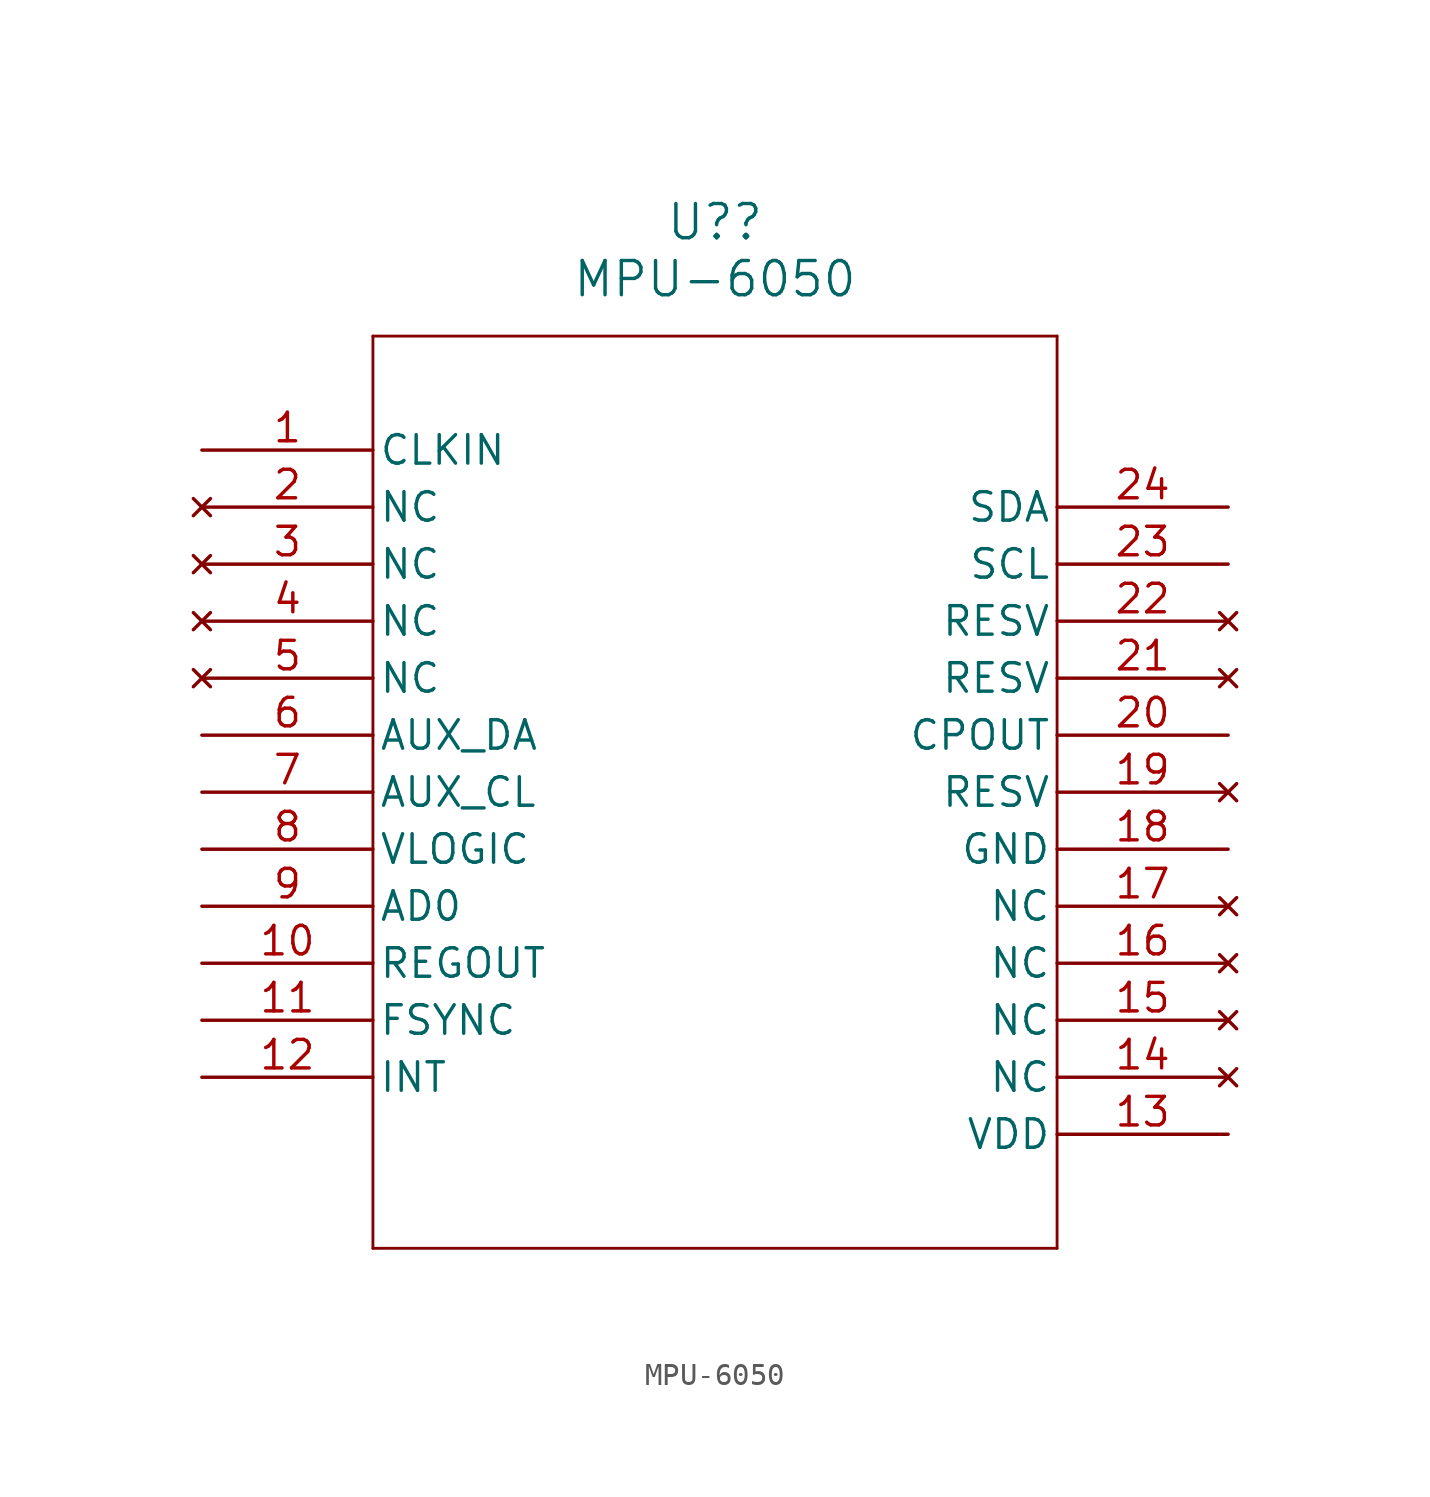
<source format=kicad_sym>
(kicad_symbol_lib
  (version 20220914)
  (generator kicad_symbol_editor)
  (symbol "MPU-6050"
    (pin_names
      (offset 0.254))
    (property "Reference" "U?"
      (at 22.86 10.16 0)
      (effects (font (size 1.524 1.524))))
    (property "Value" "MPU-6050"
      (at 22.86 7.62 0)
      (effects (font (size 1.524 1.524))))
    (symbol "MPU-6050_0_1"
      (polyline (pts (xy 7.62 -35.56) (xy 38.1 -35.56)) (stroke (width 0.127) (type default)) (fill (type none)))
      (polyline (pts (xy 7.62 5.08) (xy 7.62 -35.56)) (stroke (width 0.127) (type default)) (fill (type none)))
      (polyline (pts (xy 38.1 -35.56) (xy 38.1 5.08)) (stroke (width 0.127) (type default)) (fill (type none)))
      (polyline (pts (xy 38.1 5.08) (xy 7.62 5.08)) (stroke (width 0.127) (type default)) (fill (type none)))
      (pin input line (at 0 0 0) (length 7.62) (name "CLKIN" (effects (font (size 1.27 1.27)))) (number "1" (effects (font (size 1.27 1.27)))))
      (pin unspecified line (at 0 -22.86 0) (length 7.62) (name "REGOUT" (effects (font (size 1.27 1.27)))) (number "10" (effects (font (size 1.27 1.27)))))
      (pin input line (at 0 -25.4 0) (length 7.62) (name "FSYNC" (effects (font (size 1.27 1.27)))) (number "11" (effects (font (size 1.27 1.27)))))
      (pin output line (at 0 -27.94 0) (length 7.62) (name "INT" (effects (font (size 1.27 1.27)))) (number "12" (effects (font (size 1.27 1.27)))))
      (pin power_in line (at 45.72 -30.48 180) (length 7.62) (name "VDD" (effects (font (size 1.27 1.27)))) (number "13" (effects (font (size 1.27 1.27)))))
      (pin no_connect line (at 45.72 -27.94 180) (length 7.62) (name "NC" (effects (font (size 1.27 1.27)))) (number "14" (effects (font (size 1.27 1.27)))))
      (pin no_connect line (at 45.72 -25.4 180) (length 7.62) (name "NC" (effects (font (size 1.27 1.27)))) (number "15" (effects (font (size 1.27 1.27)))))
      (pin no_connect line (at 45.72 -22.86 180) (length 7.62) (name "NC" (effects (font (size 1.27 1.27)))) (number "16" (effects (font (size 1.27 1.27)))))
      (pin no_connect line (at 45.72 -20.32 180) (length 7.62) (name "NC" (effects (font (size 1.27 1.27)))) (number "17" (effects (font (size 1.27 1.27)))))
      (pin power_out line (at 45.72 -17.78 180) (length 7.62) (name "GND" (effects (font (size 1.27 1.27)))) (number "18" (effects (font (size 1.27 1.27)))))
      (pin no_connect line (at 45.72 -15.24 180) (length 7.62) (name "RESV" (effects (font (size 1.27 1.27)))) (number "19" (effects (font (size 1.27 1.27)))))
      (pin no_connect line (at 0 -2.54 0) (length 7.62) (name "NC" (effects (font (size 1.27 1.27)))) (number "2" (effects (font (size 1.27 1.27)))))
      (pin unspecified line (at 45.72 -12.7 180) (length 7.62) (name "CPOUT" (effects (font (size 1.27 1.27)))) (number "20" (effects (font (size 1.27 1.27)))))
      (pin no_connect line (at 45.72 -10.16 180) (length 7.62) (name "RESV" (effects (font (size 1.27 1.27)))) (number "21" (effects (font (size 1.27 1.27)))))
      (pin no_connect line (at 45.72 -7.62 180) (length 7.62) (name "RESV" (effects (font (size 1.27 1.27)))) (number "22" (effects (font (size 1.27 1.27)))))
      (pin unspecified line (at 45.72 -5.08 180) (length 7.62) (name "SCL" (effects (font (size 1.27 1.27)))) (number "23" (effects (font (size 1.27 1.27)))))
      (pin unspecified line (at 45.72 -2.54 180) (length 7.62) (name "SDA" (effects (font (size 1.27 1.27)))) (number "24" (effects (font (size 1.27 1.27)))))
      (pin no_connect line (at 0 -5.08 0) (length 7.62) (name "NC" (effects (font (size 1.27 1.27)))) (number "3" (effects (font (size 1.27 1.27)))))
      (pin no_connect line (at 0 -7.62 0) (length 7.62) (name "NC" (effects (font (size 1.27 1.27)))) (number "4" (effects (font (size 1.27 1.27)))))
      (pin no_connect line (at 0 -10.16 0) (length 7.62) (name "NC" (effects (font (size 1.27 1.27)))) (number "5" (effects (font (size 1.27 1.27)))))
      (pin unspecified line (at 0 -12.7 0) (length 7.62) (name "AUX_DA" (effects (font (size 1.27 1.27)))) (number "6" (effects (font (size 1.27 1.27)))))
      (pin unspecified line (at 0 -15.24 0) (length 7.62) (name "AUX_CL" (effects (font (size 1.27 1.27)))) (number "7" (effects (font (size 1.27 1.27)))))
      (pin power_in line (at 0 -17.78 0) (length 7.62) (name "VLOGIC" (effects (font (size 1.27 1.27)))) (number "8" (effects (font (size 1.27 1.27)))))
      (pin bidirectional line (at 0 -20.32 0) (length 7.62) (name "AD0" (effects (font (size 1.27 1.27)))) (number "9" (effects (font (size 1.27 1.27))))))))
</source>
